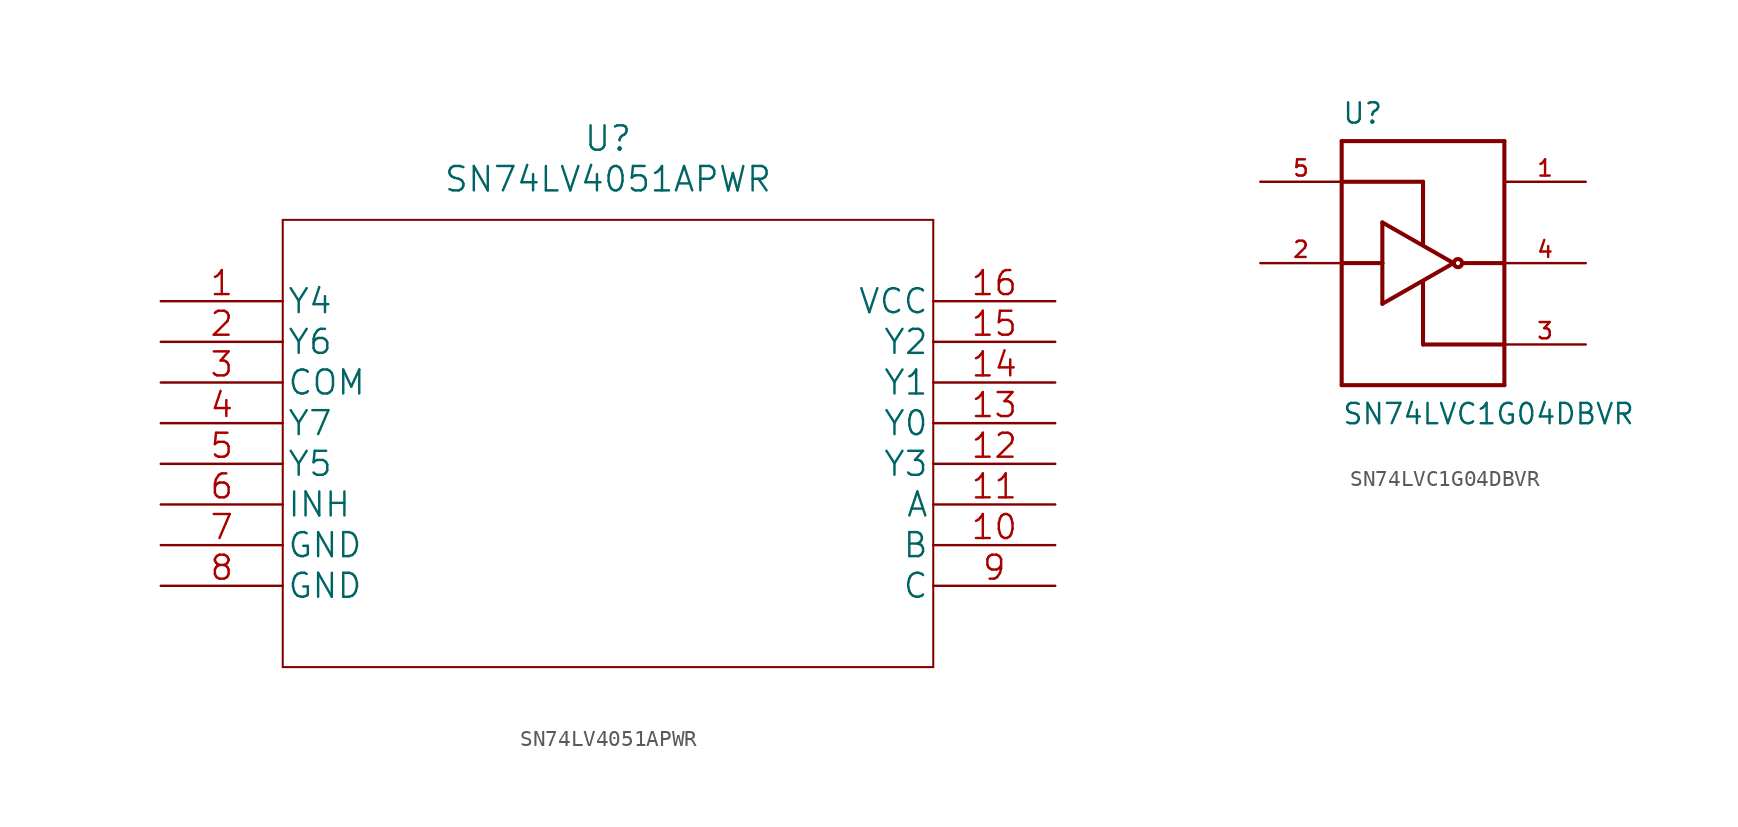
<source format=kicad_sym>
(kicad_symbol_lib
  (version 20211014)
  (generator kicad_symbol_editor)
  (symbol "SN74LV4051APWR"
    (pin_names
      (offset 0.254))
    (property "Reference" "U"
      (at 27.94 10.16 0)
      (effects (font (size 1.524 1.524))))
    (property "Value" "SN74LV4051APWR"
      (at 27.94 7.62 0)
      (effects (font (size 1.524 1.524))))
    (property "Datasheet" ""
      (at 0 0 0)
      (effects (font (size 1.524 1.524))))
    (property "ki_locked" ""
      (at 0 0 0)
      (effects (font (size 1.27 1.27))))
    (symbol "SN74LV4051APWR_1_1"
      (polyline (pts (xy 7.62 -22.86) (xy 48.26 -22.86)) (stroke (width 0.127) (type default) (color 0 0 0 0)) (fill (type none)))
      (polyline (pts (xy 7.62 5.08) (xy 7.62 -22.86)) (stroke (width 0.127) (type default) (color 0 0 0 0)) (fill (type none)))
      (polyline (pts (xy 48.26 -22.86) (xy 48.26 5.08)) (stroke (width 0.127) (type default) (color 0 0 0 0)) (fill (type none)))
      (polyline (pts (xy 48.26 5.08) (xy 7.62 5.08)) (stroke (width 0.127) (type default) (color 0 0 0 0)) (fill (type none)))
      (pin output line (at 0 0 0) (length 7.62) (name "Y4" (effects (font (size 1.499 1.499)))) (number "1" (effects (font (size 1.499 1.499)))))
      (pin input line (at 55.88 -15.24 180) (length 7.62) (name "B" (effects (font (size 1.499 1.499)))) (number "10" (effects (font (size 1.499 1.499)))))
      (pin input line (at 55.88 -12.7 180) (length 7.62) (name "A" (effects (font (size 1.499 1.499)))) (number "11" (effects (font (size 1.499 1.499)))))
      (pin output line (at 55.88 -10.16 180) (length 7.62) (name "Y3" (effects (font (size 1.499 1.499)))) (number "12" (effects (font (size 1.499 1.499)))))
      (pin output line (at 55.88 -7.62 180) (length 7.62) (name "Y0" (effects (font (size 1.499 1.499)))) (number "13" (effects (font (size 1.499 1.499)))))
      (pin output line (at 55.88 -5.08 180) (length 7.62) (name "Y1" (effects (font (size 1.499 1.499)))) (number "14" (effects (font (size 1.499 1.499)))))
      (pin output line (at 55.88 -2.54 180) (length 7.62) (name "Y2" (effects (font (size 1.499 1.499)))) (number "15" (effects (font (size 1.499 1.499)))))
      (pin power_in line (at 55.88 0 180) (length 7.62) (name "VCC" (effects (font (size 1.499 1.499)))) (number "16" (effects (font (size 1.499 1.499)))))
      (pin output line (at 0 -2.54 0) (length 7.62) (name "Y6" (effects (font (size 1.499 1.499)))) (number "2" (effects (font (size 1.499 1.499)))))
      (pin input line (at 0 -5.08 0) (length 7.62) (name "COM" (effects (font (size 1.499 1.499)))) (number "3" (effects (font (size 1.499 1.499)))))
      (pin output line (at 0 -7.62 0) (length 7.62) (name "Y7" (effects (font (size 1.499 1.499)))) (number "4" (effects (font (size 1.499 1.499)))))
      (pin output line (at 0 -10.16 0) (length 7.62) (name "Y5" (effects (font (size 1.499 1.499)))) (number "5" (effects (font (size 1.499 1.499)))))
      (pin input line (at 0 -12.7 0) (length 7.62) (name "INH" (effects (font (size 1.499 1.499)))) (number "6" (effects (font (size 1.499 1.499)))))
      (pin power_in line (at 0 -15.24 0) (length 7.62) (name "GND" (effects (font (size 1.499 1.499)))) (number "7" (effects (font (size 1.499 1.499)))))
      (pin power_in line (at 0 -17.78 0) (length 7.62) (name "GND" (effects (font (size 1.499 1.499)))) (number "8" (effects (font (size 1.499 1.499)))))
      (pin input line (at 55.88 -17.78 180) (length 7.62) (name "C" (effects (font (size 1.499 1.499)))) (number "9" (effects (font (size 1.499 1.499)))))))
  (symbol "SN74LVC1G04DBVR"
    (pin_names
      (offset 1.016) hide)
    (property "Reference" "U"
      (at -5.08 8.611 0)
      (effects (font (size 1.27 1.27)) (justify left bottom)))
    (property "Value" "SN74LVC1G04DBVR"
      (at -5.08 -10.16 0)
      (effects (font (size 1.27 1.27)) (justify left bottom)))
    (property "ki_locked" ""
      (at 0 0 0)
      (effects (font (size 1.27 1.27))))
    (symbol "SN74LVC1G04DBVR_0_0"
      (polyline (pts (xy -5.08 -7.62) (xy 5.08 -7.62)) (stroke (width 0.254) (type default) (color 0 0 0 0)) (fill (type none)))
      (polyline (pts (xy -5.08 0) (xy -2.54 0)) (stroke (width 0.254) (type default) (color 0 0 0 0)) (fill (type none)))
      (polyline (pts (xy -5.08 5.08) (xy 0 5.08)) (stroke (width 0.254) (type default) (color 0 0 0 0)) (fill (type none)))
      (polyline (pts (xy -5.08 7.62) (xy -5.08 -7.62)) (stroke (width 0.254) (type default) (color 0 0 0 0)) (fill (type none)))
      (polyline (pts (xy -2.54 -2.54) (xy -2.54 0)) (stroke (width 0.254) (type default) (color 0 0 0 0)) (fill (type none)))
      (polyline (pts (xy -2.54 0) (xy -2.54 2.54)) (stroke (width 0.254) (type default) (color 0 0 0 0)) (fill (type none)))
      (polyline (pts (xy -2.54 2.54) (xy 1.905 0)) (stroke (width 0.254) (type default) (color 0 0 0 0)) (fill (type none)))
      (polyline (pts (xy 0 -5.08) (xy 5.08 -5.08)) (stroke (width 0.254) (type default) (color 0 0 0 0)) (fill (type none)))
      (polyline (pts (xy 0 -1.143) (xy 0 -5.08)) (stroke (width 0.254) (type default) (color 0 0 0 0)) (fill (type none)))
      (polyline (pts (xy 0 5.08) (xy 0 1.143)) (stroke (width 0.254) (type default) (color 0 0 0 0)) (fill (type none)))
      (polyline (pts (xy 1.905 0) (xy -2.54 -2.54)) (stroke (width 0.254) (type default) (color 0 0 0 0)) (fill (type none)))
      (polyline (pts (xy 2.54 0) (xy 5.08 0)) (stroke (width 0.254) (type default) (color 0 0 0 0)) (fill (type none)))
      (polyline (pts (xy 5.08 -7.62) (xy 5.08 7.62)) (stroke (width 0.254) (type default) (color 0 0 0 0)) (fill (type none)))
      (polyline (pts (xy 5.08 7.62) (xy -5.08 7.62)) (stroke (width 0.254) (type default) (color 0 0 0 0)) (fill (type none)))
      (circle (center 2.184 0) (radius 0.254) (stroke (width 0.254) (type default) (color 0 0 0 0)) (fill (type none)))
      (pin passive line (at 10.16 5.08 180) (length 5.08) (name "~" (effects (font (size 1.016 1.016)))) (number "1" (effects (font (size 1.016 1.016)))))
      (pin input line (at -10.16 0 0) (length 5.08) (name "~" (effects (font (size 1.016 1.016)))) (number "2" (effects (font (size 1.016 1.016)))))
      (pin power_in line (at 10.16 -5.08 180) (length 5.08) (name "~" (effects (font (size 1.016 1.016)))) (number "3" (effects (font (size 1.016 1.016)))))
      (pin output line (at 10.16 0 180) (length 5.08) (name "~" (effects (font (size 1.016 1.016)))) (number "4" (effects (font (size 1.016 1.016)))))
      (pin power_in line (at -10.16 5.08 0) (length 5.08) (name "~" (effects (font (size 1.016 1.016)))) (number "5" (effects (font (size 1.016 1.016))))))))
</source>
